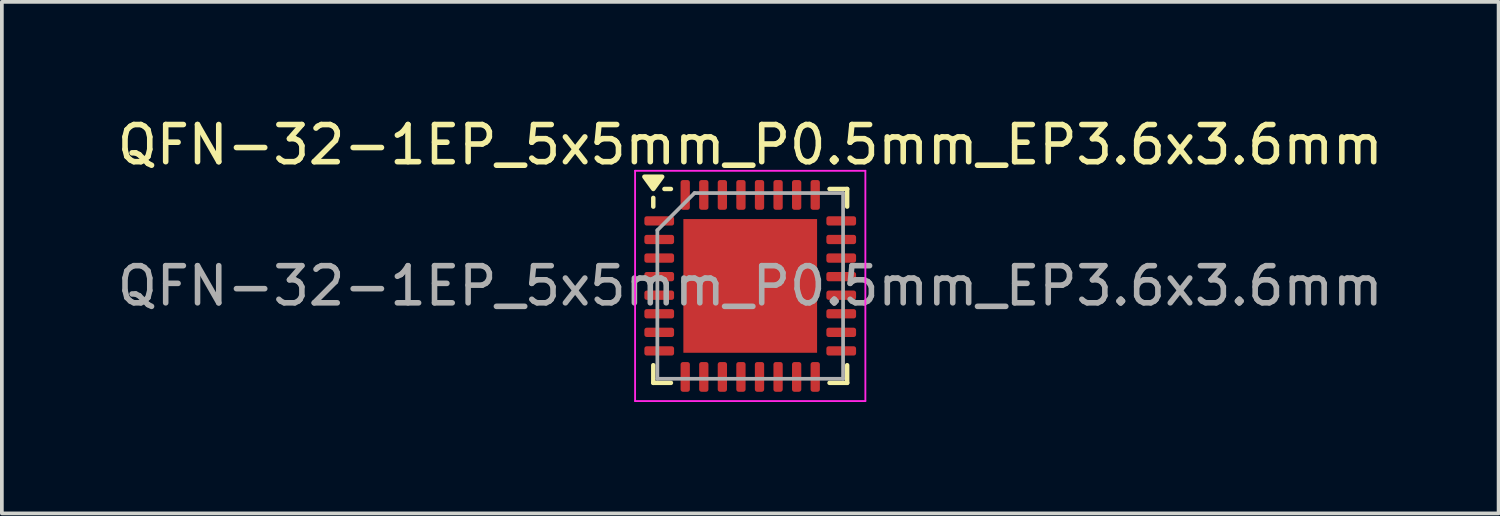
<source format=kicad_pcb>
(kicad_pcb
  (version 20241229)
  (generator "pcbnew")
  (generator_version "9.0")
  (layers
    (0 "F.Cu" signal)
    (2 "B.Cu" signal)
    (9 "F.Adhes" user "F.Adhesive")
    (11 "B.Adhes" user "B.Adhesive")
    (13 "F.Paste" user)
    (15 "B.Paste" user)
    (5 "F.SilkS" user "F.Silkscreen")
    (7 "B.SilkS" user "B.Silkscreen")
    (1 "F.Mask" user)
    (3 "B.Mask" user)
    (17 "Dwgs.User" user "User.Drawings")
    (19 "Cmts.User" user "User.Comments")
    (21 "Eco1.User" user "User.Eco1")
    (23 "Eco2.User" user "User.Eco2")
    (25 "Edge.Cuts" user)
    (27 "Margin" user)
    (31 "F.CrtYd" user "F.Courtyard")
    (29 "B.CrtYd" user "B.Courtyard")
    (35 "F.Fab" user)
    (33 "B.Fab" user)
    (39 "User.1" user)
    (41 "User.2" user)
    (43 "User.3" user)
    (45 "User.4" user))
  (footprint "QFN-32-1EP_5x5mm_P0.5mm_EP3.6x3.6mm"
    (layer "F.Cu")
    (at 17.149 4.648)
    (property "Reference" "QFN-32-1EP_5x5mm_P0.5mm_EP3.6x3.6mm" (at 0 -3.8 0) (layer "F.SilkS") (effects (font (size 1 1) (thickness 0.15))))
    (attr smd)
    (fp_line (start -2.61 -2.135) (end -2.61 -2.37) (stroke (width 0.12) (type solid)) (layer "F.SilkS"))
    (fp_line (start -2.61 2.61) (end -2.61 2.135) (stroke (width 0.12) (type solid)) (layer "F.SilkS"))
    (fp_line (start -2.135 -2.61) (end -2.31 -2.61) (stroke (width 0.12) (type solid)) (layer "F.SilkS"))
    (fp_line (start -2.135 2.61) (end -2.61 2.61) (stroke (width 0.12) (type solid)) (layer "F.SilkS"))
    (fp_line (start 2.135 -2.61) (end 2.61 -2.61) (stroke (width 0.12) (type solid)) (layer "F.SilkS"))
    (fp_line (start 2.135 2.61) (end 2.61 2.61) (stroke (width 0.12) (type solid)) (layer "F.SilkS"))
    (fp_line (start 2.61 -2.61) (end 2.61 -2.135) (stroke (width 0.12) (type solid)) (layer "F.SilkS"))
    (fp_line (start 2.61 2.61) (end 2.61 2.135) (stroke (width 0.12) (type solid)) (layer "F.SilkS"))
    (fp_poly (pts (xy -2.61 -2.61) (xy -2.85 -2.94) (xy -2.37 -2.94) (xy -2.61 -2.61)) (stroke (width 0.12) (type solid)) (fill yes) (layer "F.SilkS"))
    (fp_line (start -3.1 -3.1) (end -3.1 3.1) (stroke (width 0.05) (type solid)) (layer "F.CrtYd"))
    (fp_line (start -3.1 3.1) (end 3.1 3.1) (stroke (width 0.05) (type solid)) (layer "F.CrtYd"))
    (fp_line (start 3.1 -3.1) (end -3.1 -3.1) (stroke (width 0.05) (type solid)) (layer "F.CrtYd"))
    (fp_line (start 3.1 3.1) (end 3.1 -3.1) (stroke (width 0.05) (type solid)) (layer "F.CrtYd"))
    (fp_line (start -2.5 -1.5) (end -1.5 -2.5) (stroke (width 0.1) (type solid)) (layer "F.Fab"))
    (fp_line (start -2.5 2.5) (end -2.5 -1.5) (stroke (width 0.1) (type solid)) (layer "F.Fab"))
    (fp_line (start -1.5 -2.5) (end 2.5 -2.5) (stroke (width 0.1) (type solid)) (layer "F.Fab"))
    (fp_line (start 2.5 -2.5) (end 2.5 2.5) (stroke (width 0.1) (type solid)) (layer "F.Fab"))
    (fp_line (start 2.5 2.5) (end -2.5 2.5) (stroke (width 0.1) (type solid)) (layer "F.Fab"))
    (fp_text user "${REFERENCE}" (at 0 0 0) (layer "F.Fab") (effects (font (size 1 1) (thickness 0.15))))
    (pad "" smd roundrect (at -1.2 -1.2) (size 0.97 0.97) (layers "F.Paste") (roundrect_rratio 0.25))
    (pad "" smd roundrect (at -1.2 0) (size 0.97 0.97) (layers "F.Paste") (roundrect_rratio 0.25))
    (pad "" smd roundrect (at -1.2 1.2) (size 0.97 0.97) (layers "F.Paste") (roundrect_rratio 0.25))
    (pad "" smd roundrect (at 0 -1.2) (size 0.97 0.97) (layers "F.Paste") (roundrect_rratio 0.25))
    (pad "" smd roundrect (at 0 0) (size 0.97 0.97) (layers "F.Paste") (roundrect_rratio 0.25))
    (pad "" smd roundrect (at 0 1.2) (size 0.97 0.97) (layers "F.Paste") (roundrect_rratio 0.25))
    (pad "" smd roundrect (at 1.2 -1.2) (size 0.97 0.97) (layers "F.Paste") (roundrect_rratio 0.25))
    (pad "" smd roundrect (at 1.2 0) (size 0.97 0.97) (layers "F.Paste") (roundrect_rratio 0.25))
    (pad "" smd roundrect (at 1.2 1.2) (size 0.97 0.97) (layers "F.Paste") (roundrect_rratio 0.25))
    (pad "1" smd roundrect (at -2.45 -1.75) (size 0.8 0.25) (layers "F.Cu" "F.Mask" "F.Paste") (roundrect_rratio 0.25))
    (pad "2" smd roundrect (at -2.45 -1.25) (size 0.8 0.25) (layers "F.Cu" "F.Mask" "F.Paste") (roundrect_rratio 0.25))
    (pad "3" smd roundrect (at -2.45 -0.75) (size 0.8 0.25) (layers "F.Cu" "F.Mask" "F.Paste") (roundrect_rratio 0.25))
    (pad "4" smd roundrect (at -2.45 -0.25) (size 0.8 0.25) (layers "F.Cu" "F.Mask" "F.Paste") (roundrect_rratio 0.25))
    (pad "5" smd roundrect (at -2.45 0.25) (size 0.8 0.25) (layers "F.Cu" "F.Mask" "F.Paste") (roundrect_rratio 0.25))
    (pad "6" smd roundrect (at -2.45 0.75) (size 0.8 0.25) (layers "F.Cu" "F.Mask" "F.Paste") (roundrect_rratio 0.25))
    (pad "7" smd roundrect (at -2.45 1.25) (size 0.8 0.25) (layers "F.Cu" "F.Mask" "F.Paste") (roundrect_rratio 0.25))
    (pad "8" smd roundrect (at -2.45 1.75) (size 0.8 0.25) (layers "F.Cu" "F.Mask" "F.Paste") (roundrect_rratio 0.25))
    (pad "9" smd roundrect (at -1.75 2.45) (size 0.25 0.8) (layers "F.Cu" "F.Mask" "F.Paste") (roundrect_rratio 0.25))
    (pad "10" smd roundrect (at -1.25 2.45) (size 0.25 0.8) (layers "F.Cu" "F.Mask" "F.Paste") (roundrect_rratio 0.25))
    (pad "11" smd roundrect (at -0.75 2.45) (size 0.25 0.8) (layers "F.Cu" "F.Mask" "F.Paste") (roundrect_rratio 0.25))
    (pad "12" smd roundrect (at -0.25 2.45) (size 0.25 0.8) (layers "F.Cu" "F.Mask" "F.Paste") (roundrect_rratio 0.25))
    (pad "13" smd roundrect (at 0.25 2.45) (size 0.25 0.8) (layers "F.Cu" "F.Mask" "F.Paste") (roundrect_rratio 0.25))
    (pad "14" smd roundrect (at 0.75 2.45) (size 0.25 0.8) (layers "F.Cu" "F.Mask" "F.Paste") (roundrect_rratio 0.25))
    (pad "15" smd roundrect (at 1.25 2.45) (size 0.25 0.8) (layers "F.Cu" "F.Mask" "F.Paste") (roundrect_rratio 0.25))
    (pad "16" smd roundrect (at 1.75 2.45) (size 0.25 0.8) (layers "F.Cu" "F.Mask" "F.Paste") (roundrect_rratio 0.25))
    (pad "17" smd roundrect (at 2.45 1.75) (size 0.8 0.25) (layers "F.Cu" "F.Mask" "F.Paste") (roundrect_rratio 0.25))
    (pad "18" smd roundrect (at 2.45 1.25) (size 0.8 0.25) (layers "F.Cu" "F.Mask" "F.Paste") (roundrect_rratio 0.25))
    (pad "19" smd roundrect (at 2.45 0.75) (size 0.8 0.25) (layers "F.Cu" "F.Mask" "F.Paste") (roundrect_rratio 0.25))
    (pad "20" smd roundrect (at 2.45 0.25) (size 0.8 0.25) (layers "F.Cu" "F.Mask" "F.Paste") (roundrect_rratio 0.25))
    (pad "21" smd roundrect (at 2.45 -0.25) (size 0.8 0.25) (layers "F.Cu" "F.Mask" "F.Paste") (roundrect_rratio 0.25))
    (pad "22" smd roundrect (at 2.45 -0.75) (size 0.8 0.25) (layers "F.Cu" "F.Mask" "F.Paste") (roundrect_rratio 0.25))
    (pad "23" smd roundrect (at 2.45 -1.25) (size 0.8 0.25) (layers "F.Cu" "F.Mask" "F.Paste") (roundrect_rratio 0.25))
    (pad "24" smd roundrect (at 2.45 -1.75) (size 0.8 0.25) (layers "F.Cu" "F.Mask" "F.Paste") (roundrect_rratio 0.25))
    (pad "25" smd roundrect (at 1.75 -2.45) (size 0.25 0.8) (layers "F.Cu" "F.Mask" "F.Paste") (roundrect_rratio 0.25))
    (pad "26" smd roundrect (at 1.25 -2.45) (size 0.25 0.8) (layers "F.Cu" "F.Mask" "F.Paste") (roundrect_rratio 0.25))
    (pad "27" smd roundrect (at 0.75 -2.45) (size 0.25 0.8) (layers "F.Cu" "F.Mask" "F.Paste") (roundrect_rratio 0.25))
    (pad "28" smd roundrect (at 0.25 -2.45) (size 0.25 0.8) (layers "F.Cu" "F.Mask" "F.Paste") (roundrect_rratio 0.25))
    (pad "29" smd roundrect (at -0.25 -2.45) (size 0.25 0.8) (layers "F.Cu" "F.Mask" "F.Paste") (roundrect_rratio 0.25))
    (pad "30" smd roundrect (at -0.75 -2.45) (size 0.25 0.8) (layers "F.Cu" "F.Mask" "F.Paste") (roundrect_rratio 0.25))
    (pad "31" smd roundrect (at -1.25 -2.45) (size 0.25 0.8) (layers "F.Cu" "F.Mask" "F.Paste") (roundrect_rratio 0.25))
    (pad "32" smd roundrect (at -1.75 -2.45) (size 0.25 0.8) (layers "F.Cu" "F.Mask" "F.Paste") (roundrect_rratio 0.25))
    (pad "33" smd rect (at 0 0) (size 3.6 3.6) (property pad_prop_heatsink) (layers "F.Cu" "F.Mask")))
  (gr_rect
    (start -3 -3)
    (end 37.298 10.773)
    (stroke (width 0.1) (type default))
    (fill no)
    (layer "Edge.Cuts")))
</source>
